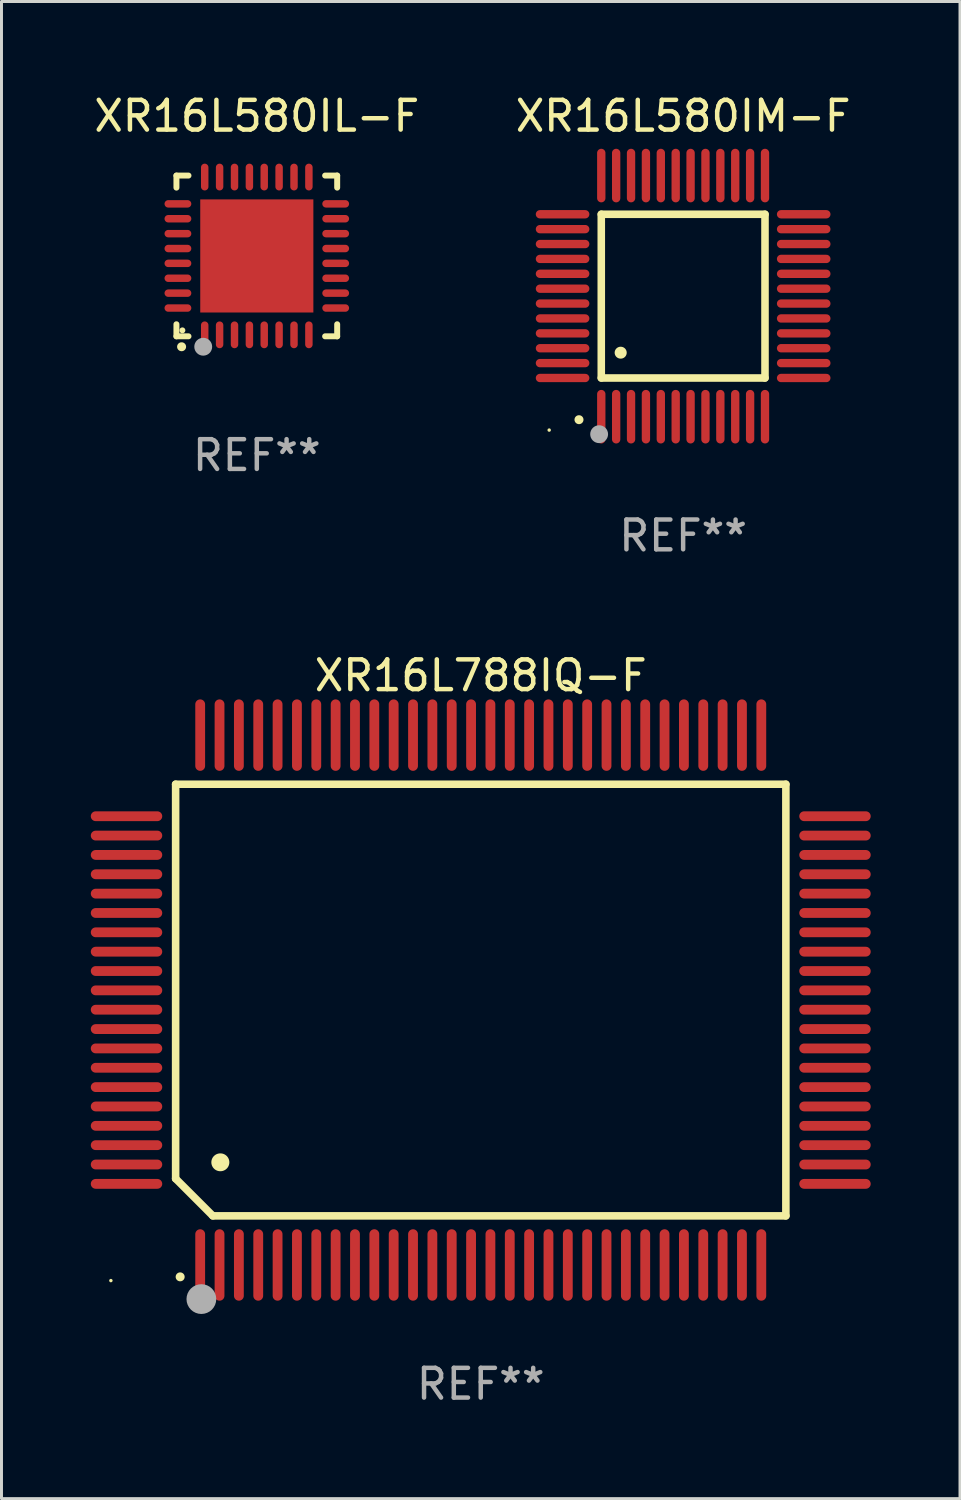
<source format=kicad_pcb>
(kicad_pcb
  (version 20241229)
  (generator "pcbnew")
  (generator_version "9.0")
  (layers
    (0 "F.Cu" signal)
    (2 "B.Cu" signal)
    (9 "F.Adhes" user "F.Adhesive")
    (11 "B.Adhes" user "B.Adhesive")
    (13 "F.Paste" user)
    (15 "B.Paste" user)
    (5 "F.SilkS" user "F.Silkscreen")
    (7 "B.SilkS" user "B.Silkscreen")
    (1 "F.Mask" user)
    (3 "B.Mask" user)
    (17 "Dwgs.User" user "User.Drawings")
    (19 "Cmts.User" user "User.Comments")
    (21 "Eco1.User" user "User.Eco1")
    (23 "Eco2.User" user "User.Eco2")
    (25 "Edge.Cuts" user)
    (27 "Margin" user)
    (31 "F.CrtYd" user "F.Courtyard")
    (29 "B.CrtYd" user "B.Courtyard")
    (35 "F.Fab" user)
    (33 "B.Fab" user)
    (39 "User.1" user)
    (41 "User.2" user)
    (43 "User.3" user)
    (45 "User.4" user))
  (footprint "XR16L580IL-F"
    (layer "F.Cu")
    (at 5.577 5.548)
    (property "Reference" "XR16L580IL-F" (at 0 -4.7 0) (layer "F.SilkS") (effects (font (size 1 1) (thickness 0.15))))
    (attr through_hole)
    (fp_line (start -2.7 -2.7) (end -2.295 -2.7) (stroke (width 0.2) (type solid)) (layer "F.SilkS"))
    (fp_line (start -2.7 -2.295) (end -2.7 -2.7) (stroke (width 0.2) (type solid)) (layer "F.SilkS"))
    (fp_line (start -2.7 2.7) (end -2.7 2.295) (stroke (width 0.2) (type solid)) (layer "F.SilkS"))
    (fp_line (start -2.295 2.7) (end -2.7 2.7) (stroke (width 0.2) (type solid)) (layer "F.SilkS"))
    (fp_line (start 2.295 2.7) (end 2.7 2.7) (stroke (width 0.2) (type solid)) (layer "F.SilkS"))
    (fp_line (start 2.7 -2.7) (end 2.295 -2.7) (stroke (width 0.2) (type solid)) (layer "F.SilkS"))
    (fp_line (start 2.7 -2.295) (end 2.7 -2.7) (stroke (width 0.2) (type solid)) (layer "F.SilkS"))
    (fp_line (start 2.7 2.7) (end 2.7 2.295) (stroke (width 0.2) (type solid)) (layer "F.SilkS"))
    (fp_arc (start -2.527889 3.050546) (mid -2.526619 3.050541) (end -2.525349 3.050546) (stroke (width 0.3) (type solid)) (layer "F.SilkS"))
    (fp_circle (center -2.5 2.5) (end -2.45 2.5) (stroke (width 0.1) (type solid)) (fill no) (layer "F.SilkS"))
    (fp_circle (center -1.8 3.05) (end -1.65 3.05) (stroke (width 0.3) (type solid)) (fill no) (layer "F.Fab"))
    (fp_text user "REF**" (at 0 6.7 0) (layer "F.Fab") (effects (font (size 1 1) (thickness 0.15))))
    (pad "1" smd oval (at -1.75 2.65) (size 0.25 0.9) (layers "F.Cu" "F.Mask" "F.Paste"))
    (pad "2" smd oval (at -1.25 2.65) (size 0.25 0.9) (layers "F.Cu" "F.Mask" "F.Paste"))
    (pad "3" smd oval (at -0.749 2.65) (size 0.25 0.9) (layers "F.Cu" "F.Mask" "F.Paste"))
    (pad "4" smd oval (at -0.249 2.65) (size 0.25 0.9) (layers "F.Cu" "F.Mask" "F.Paste"))
    (pad "5" smd oval (at 0.249 2.65) (size 0.25 0.9) (layers "F.Cu" "F.Mask" "F.Paste"))
    (pad "6" smd oval (at 0.749 2.65) (size 0.25 0.9) (layers "F.Cu" "F.Mask" "F.Paste"))
    (pad "7" smd oval (at 1.25 2.65) (size 0.25 0.9) (layers "F.Cu" "F.Mask" "F.Paste"))
    (pad "8" smd oval (at 1.75 2.65) (size 0.25 0.9) (layers "F.Cu" "F.Mask" "F.Paste"))
    (pad "9" smd oval (at 2.65 1.75) (size 0.9 0.25) (layers "F.Cu" "F.Mask" "F.Paste"))
    (pad "10" smd oval (at 2.65 1.25) (size 0.9 0.25) (layers "F.Cu" "F.Mask" "F.Paste"))
    (pad "11" smd oval (at 2.65 0.749) (size 0.9 0.25) (layers "F.Cu" "F.Mask" "F.Paste"))
    (pad "12" smd oval (at 2.65 0.249) (size 0.9 0.25) (layers "F.Cu" "F.Mask" "F.Paste"))
    (pad "13" smd oval (at 2.65 -0.249) (size 0.9 0.25) (layers "F.Cu" "F.Mask" "F.Paste"))
    (pad "14" smd oval (at 2.65 -0.749) (size 0.9 0.25) (layers "F.Cu" "F.Mask" "F.Paste"))
    (pad "15" smd oval (at 2.65 -1.25) (size 0.9 0.25) (layers "F.Cu" "F.Mask" "F.Paste"))
    (pad "16" smd oval (at 2.65 -1.75) (size 0.9 0.25) (layers "F.Cu" "F.Mask" "F.Paste"))
    (pad "17" smd oval (at 1.75 -2.65) (size 0.25 0.9) (layers "F.Cu" "F.Mask" "F.Paste"))
    (pad "18" smd oval (at 1.25 -2.65) (size 0.25 0.9) (layers "F.Cu" "F.Mask" "F.Paste"))
    (pad "19" smd oval (at 0.749 -2.65) (size 0.25 0.9) (layers "F.Cu" "F.Mask" "F.Paste"))
    (pad "20" smd oval (at 0.249 -2.65) (size 0.25 0.9) (layers "F.Cu" "F.Mask" "F.Paste"))
    (pad "21" smd oval (at -0.249 -2.65) (size 0.25 0.9) (layers "F.Cu" "F.Mask" "F.Paste"))
    (pad "22" smd oval (at -0.749 -2.65) (size 0.25 0.9) (layers "F.Cu" "F.Mask" "F.Paste"))
    (pad "23" smd oval (at -1.25 -2.65) (size 0.25 0.9) (layers "F.Cu" "F.Mask" "F.Paste"))
    (pad "24" smd oval (at -1.75 -2.65) (size 0.25 0.9) (layers "F.Cu" "F.Mask" "F.Paste"))
    (pad "25" smd oval (at -2.65 -1.75) (size 0.9 0.25) (layers "F.Cu" "F.Mask" "F.Paste"))
    (pad "26" smd oval (at -2.65 -1.25) (size 0.9 0.25) (layers "F.Cu" "F.Mask" "F.Paste"))
    (pad "27" smd oval (at -2.65 -0.749) (size 0.9 0.25) (layers "F.Cu" "F.Mask" "F.Paste"))
    (pad "28" smd oval (at -2.65 -0.249) (size 0.9 0.25) (layers "F.Cu" "F.Mask" "F.Paste"))
    (pad "29" smd oval (at -2.65 0.249) (size 0.9 0.25) (layers "F.Cu" "F.Mask" "F.Paste"))
    (pad "30" smd oval (at -2.65 0.749) (size 0.9 0.25) (layers "F.Cu" "F.Mask" "F.Paste"))
    (pad "31" smd oval (at -2.65 1.25) (size 0.9 0.25) (layers "F.Cu" "F.Mask" "F.Paste"))
    (pad "32" smd oval (at -2.65 1.75) (size 0.9 0.25) (layers "F.Cu" "F.Mask" "F.Paste"))
    (pad "33" smd rect (at 0.000076 0.000076) (size 3.8 3.8) (layers "F.Cu" "F.Mask" "F.Paste")))
  (footprint "XR16L580IM-F"
    (layer "F.Cu")
    (at 19.899 6.898)
    (property "Reference" "XR16L580IM-F" (at 0 -6.05 0) (layer "F.SilkS") (effects (font (size 1 1) (thickness 0.15))))
    (attr through_hole)
    (fp_line (start -2.75 -2.75) (end 2.75 -2.75) (stroke (width 0.254) (type solid)) (layer "F.SilkS"))
    (fp_line (start -2.75 2.75) (end -2.75 -2.75) (stroke (width 0.254) (type solid)) (layer "F.SilkS"))
    (fp_line (start 2.75 -2.75) (end 2.75 2.75) (stroke (width 0.254) (type solid)) (layer "F.SilkS"))
    (fp_line (start 2.75 2.75) (end -2.75 2.75) (stroke (width 0.254) (type solid)) (layer "F.SilkS"))
    (fp_arc (start -3.500127 4.150368) (mid -3.498857 4.150363) (end -3.497587 4.150368) (stroke (width 0.3) (type solid)) (layer "F.SilkS"))
    (fp_arc (start -2.100584 1.899924) (mid -2.098044 1.899908) (end -2.095504 1.899924) (stroke (width 0.4) (type solid)) (layer "F.SilkS"))
    (fp_circle (center -4.5 4.5) (end -4.47 4.5) (stroke (width 0.06) (type solid)) (fill no) (layer "F.SilkS"))
    (fp_circle (center -2.822 4.638) (end -2.672 4.638) (stroke (width 0.3) (type solid)) (fill no) (layer "F.Fab"))
    (fp_text user "REF**" (at 0 8.05 0) (layer "F.Fab") (effects (font (size 1 1) (thickness 0.15))))
    (pad "1" smd oval (at -2.75 4.05) (size 0.28 1.8) (layers "F.Cu" "F.Mask" "F.Paste"))
    (pad "2" smd oval (at -2.25 4.05) (size 0.28 1.8) (layers "F.Cu" "F.Mask" "F.Paste"))
    (pad "3" smd oval (at -1.75 4.05) (size 0.28 1.8) (layers "F.Cu" "F.Mask" "F.Paste"))
    (pad "4" smd oval (at -1.25 4.05) (size 0.28 1.8) (layers "F.Cu" "F.Mask" "F.Paste"))
    (pad "5" smd oval (at -0.75 4.05) (size 0.28 1.8) (layers "F.Cu" "F.Mask" "F.Paste"))
    (pad "6" smd oval (at -0.25 4.05) (size 0.28 1.8) (layers "F.Cu" "F.Mask" "F.Paste"))
    (pad "7" smd oval (at 0.25 4.05) (size 0.28 1.8) (layers "F.Cu" "F.Mask" "F.Paste"))
    (pad "8" smd oval (at 0.75 4.05) (size 0.28 1.8) (layers "F.Cu" "F.Mask" "F.Paste"))
    (pad "9" smd oval (at 1.25 4.05) (size 0.28 1.8) (layers "F.Cu" "F.Mask" "F.Paste"))
    (pad "10" smd oval (at 1.75 4.05) (size 0.28 1.8) (layers "F.Cu" "F.Mask" "F.Paste"))
    (pad "11" smd oval (at 2.25 4.05) (size 0.28 1.8) (layers "F.Cu" "F.Mask" "F.Paste"))
    (pad "12" smd oval (at 2.75 4.05) (size 0.28 1.8) (layers "F.Cu" "F.Mask" "F.Paste"))
    (pad "13" smd oval (at 4.05 2.75) (size 1.8 0.28) (layers "F.Cu" "F.Mask" "F.Paste"))
    (pad "14" smd oval (at 4.05 2.25) (size 1.8 0.28) (layers "F.Cu" "F.Mask" "F.Paste"))
    (pad "15" smd oval (at 4.05 1.75) (size 1.8 0.28) (layers "F.Cu" "F.Mask" "F.Paste"))
    (pad "16" smd oval (at 4.05 1.25) (size 1.8 0.28) (layers "F.Cu" "F.Mask" "F.Paste"))
    (pad "17" smd oval (at 4.05 0.75) (size 1.8 0.28) (layers "F.Cu" "F.Mask" "F.Paste"))
    (pad "18" smd oval (at 4.05 0.25) (size 1.8 0.28) (layers "F.Cu" "F.Mask" "F.Paste"))
    (pad "19" smd oval (at 4.05 -0.25) (size 1.8 0.28) (layers "F.Cu" "F.Mask" "F.Paste"))
    (pad "20" smd oval (at 4.05 -0.75) (size 1.8 0.28) (layers "F.Cu" "F.Mask" "F.Paste"))
    (pad "21" smd oval (at 4.05 -1.25) (size 1.8 0.28) (layers "F.Cu" "F.Mask" "F.Paste"))
    (pad "22" smd oval (at 4.05 -1.75) (size 1.8 0.28) (layers "F.Cu" "F.Mask" "F.Paste"))
    (pad "23" smd oval (at 4.05 -2.25) (size 1.8 0.28) (layers "F.Cu" "F.Mask" "F.Paste"))
    (pad "24" smd oval (at 4.05 -2.75) (size 1.8 0.28) (layers "F.Cu" "F.Mask" "F.Paste"))
    (pad "25" smd oval (at 2.75 -4.05) (size 0.28 1.8) (layers "F.Cu" "F.Mask" "F.Paste"))
    (pad "26" smd oval (at 2.25 -4.05) (size 0.28 1.8) (layers "F.Cu" "F.Mask" "F.Paste"))
    (pad "27" smd oval (at 1.75 -4.05) (size 0.28 1.8) (layers "F.Cu" "F.Mask" "F.Paste"))
    (pad "28" smd oval (at 1.25 -4.05) (size 0.28 1.8) (layers "F.Cu" "F.Mask" "F.Paste"))
    (pad "29" smd oval (at 0.75 -4.05) (size 0.28 1.8) (layers "F.Cu" "F.Mask" "F.Paste"))
    (pad "30" smd oval (at 0.25 -4.05) (size 0.28 1.8) (layers "F.Cu" "F.Mask" "F.Paste"))
    (pad "31" smd oval (at -0.25 -4.05) (size 0.28 1.8) (layers "F.Cu" "F.Mask" "F.Paste"))
    (pad "32" smd oval (at -0.75 -4.05) (size 0.28 1.8) (layers "F.Cu" "F.Mask" "F.Paste"))
    (pad "33" smd oval (at -1.25 -4.05) (size 0.28 1.8) (layers "F.Cu" "F.Mask" "F.Paste"))
    (pad "34" smd oval (at -1.75 -4.05) (size 0.28 1.8) (layers "F.Cu" "F.Mask" "F.Paste"))
    (pad "35" smd oval (at -2.25 -4.05) (size 0.28 1.8) (layers "F.Cu" "F.Mask" "F.Paste"))
    (pad "36" smd oval (at -2.75 -4.05) (size 0.28 1.8) (layers "F.Cu" "F.Mask" "F.Paste"))
    (pad "37" smd oval (at -4.05 -2.75) (size 1.8 0.28) (layers "F.Cu" "F.Mask" "F.Paste"))
    (pad "38" smd oval (at -4.05 -2.25) (size 1.8 0.28) (layers "F.Cu" "F.Mask" "F.Paste"))
    (pad "39" smd oval (at -4.05 -1.75) (size 1.8 0.28) (layers "F.Cu" "F.Mask" "F.Paste"))
    (pad "40" smd oval (at -4.05 -1.25) (size 1.8 0.28) (layers "F.Cu" "F.Mask" "F.Paste"))
    (pad "41" smd oval (at -4.05 -0.75) (size 1.8 0.28) (layers "F.Cu" "F.Mask" "F.Paste"))
    (pad "42" smd oval (at -4.05 -0.25) (size 1.8 0.28) (layers "F.Cu" "F.Mask" "F.Paste"))
    (pad "43" smd oval (at -4.05 0.25) (size 1.8 0.28) (layers "F.Cu" "F.Mask" "F.Paste"))
    (pad "44" smd oval (at -4.05 0.75) (size 1.8 0.28) (layers "F.Cu" "F.Mask" "F.Paste"))
    (pad "45" smd oval (at -4.05 1.25) (size 1.8 0.28) (layers "F.Cu" "F.Mask" "F.Paste"))
    (pad "46" smd oval (at -4.05 1.75) (size 1.8 0.28) (layers "F.Cu" "F.Mask" "F.Paste"))
    (pad "47" smd oval (at -4.05 2.25) (size 1.8 0.28) (layers "F.Cu" "F.Mask" "F.Paste"))
    (pad "48" smd oval (at -4.05 2.75) (size 1.8 0.28) (layers "F.Cu" "F.Mask" "F.Paste")))
  (footprint "XR16L788IQ-F"
    (layer "F.Cu")
    (at 13.1 30.545)
    (property "Reference" "XR16L788IQ-F" (at 0 -10.9 0) (layer "F.SilkS") (effects (font (size 1 1) (thickness 0.15))))
    (attr through_hole)
    (fp_line (start -10.25 -7.25) (end 10.25 -7.25) (stroke (width 0.254) (type solid)) (layer "F.SilkS"))
    (fp_line (start -10.25 6) (end -10.25 -7.25) (stroke (width 0.254) (type solid)) (layer "F.SilkS"))
    (fp_line (start -9 7.25) (end -10.25 6) (stroke (width 0.254) (type solid)) (layer "F.SilkS"))
    (fp_line (start 10.25 -7.25) (end 10.25 7.25) (stroke (width 0.254) (type solid)) (layer "F.SilkS"))
    (fp_line (start 10.25 7.25) (end -9 7.25) (stroke (width 0.254) (type solid)) (layer "F.SilkS"))
    (fp_arc (start -10.09906 9.298959) (mid -10.09779 9.298954) (end -10.09652 9.298959) (stroke (width 0.3) (type solid)) (layer "F.SilkS"))
    (fp_arc (start -8.750318 5.450851) (mid -8.747778 5.45084) (end -8.745238 5.450851) (stroke (width 0.6) (type solid)) (layer "F.SilkS"))
    (fp_circle (center -12.425 9.425) (end -12.395 9.425) (stroke (width 0.06) (type solid)) (fill no) (layer "F.SilkS"))
    (fp_circle (center -9.385 10.046) (end -9.135 10.046) (stroke (width 0.5) (type solid)) (fill no) (layer "F.Fab"))
    (fp_text user "REF**" (at 0 12.9 0) (layer "F.Fab") (effects (font (size 1 1) (thickness 0.15))))
    (pad "1" smd oval (at -9.425 8.9 180) (size 0.33 2.4) (layers "F.Cu" "F.Mask" "F.Paste"))
    (pad "2" smd oval (at -8.775 8.9 180) (size 0.33 2.4) (layers "F.Cu" "F.Mask" "F.Paste"))
    (pad "3" smd oval (at -8.125 8.9 180) (size 0.33 2.4) (layers "F.Cu" "F.Mask" "F.Paste"))
    (pad "4" smd oval (at -7.475 8.9 180) (size 0.33 2.4) (layers "F.Cu" "F.Mask" "F.Paste"))
    (pad "5" smd oval (at -6.825 8.9 180) (size 0.33 2.4) (layers "F.Cu" "F.Mask" "F.Paste"))
    (pad "6" smd oval (at -6.175 8.9 180) (size 0.33 2.4) (layers "F.Cu" "F.Mask" "F.Paste"))
    (pad "7" smd oval (at -5.525 8.9 180) (size 0.33 2.4) (layers "F.Cu" "F.Mask" "F.Paste"))
    (pad "8" smd oval (at -4.875 8.9 180) (size 0.33 2.4) (layers "F.Cu" "F.Mask" "F.Paste"))
    (pad "9" smd oval (at -4.225 8.9 180) (size 0.33 2.4) (layers "F.Cu" "F.Mask" "F.Paste"))
    (pad "10" smd oval (at -3.575 8.9 180) (size 0.33 2.4) (layers "F.Cu" "F.Mask" "F.Paste"))
    (pad "11" smd oval (at -2.925 8.9 180) (size 0.33 2.4) (layers "F.Cu" "F.Mask" "F.Paste"))
    (pad "12" smd oval (at -2.275 8.9 180) (size 0.33 2.4) (layers "F.Cu" "F.Mask" "F.Paste"))
    (pad "13" smd oval (at -1.625 8.9 180) (size 0.33 2.4) (layers "F.Cu" "F.Mask" "F.Paste"))
    (pad "14" smd oval (at -0.975 8.9 180) (size 0.33 2.4) (layers "F.Cu" "F.Mask" "F.Paste"))
    (pad "15" smd oval (at -0.325 8.9 180) (size 0.33 2.4) (layers "F.Cu" "F.Mask" "F.Paste"))
    (pad "16" smd oval (at 0.325 8.9 180) (size 0.33 2.4) (layers "F.Cu" "F.Mask" "F.Paste"))
    (pad "17" smd oval (at 0.975 8.9 180) (size 0.33 2.4) (layers "F.Cu" "F.Mask" "F.Paste"))
    (pad "18" smd oval (at 1.625 8.9 180) (size 0.33 2.4) (layers "F.Cu" "F.Mask" "F.Paste"))
    (pad "19" smd oval (at 2.275 8.9 180) (size 0.33 2.4) (layers "F.Cu" "F.Mask" "F.Paste"))
    (pad "20" smd oval (at 2.925 8.9 180) (size 0.33 2.4) (layers "F.Cu" "F.Mask" "F.Paste"))
    (pad "21" smd oval (at 3.575 8.9 180) (size 0.33 2.4) (layers "F.Cu" "F.Mask" "F.Paste"))
    (pad "22" smd oval (at 4.225 8.9 180) (size 0.33 2.4) (layers "F.Cu" "F.Mask" "F.Paste"))
    (pad "23" smd oval (at 4.875 8.9 180) (size 0.33 2.4) (layers "F.Cu" "F.Mask" "F.Paste"))
    (pad "24" smd oval (at 5.525 8.9 180) (size 0.33 2.4) (layers "F.Cu" "F.Mask" "F.Paste"))
    (pad "25" smd oval (at 6.175 8.9 180) (size 0.33 2.4) (layers "F.Cu" "F.Mask" "F.Paste"))
    (pad "26" smd oval (at 6.825 8.9 180) (size 0.33 2.4) (layers "F.Cu" "F.Mask" "F.Paste"))
    (pad "27" smd oval (at 7.475 8.9 180) (size 0.33 2.4) (layers "F.Cu" "F.Mask" "F.Paste"))
    (pad "28" smd oval (at 8.125 8.9 180) (size 0.33 2.4) (layers "F.Cu" "F.Mask" "F.Paste"))
    (pad "29" smd oval (at 8.775 8.9 180) (size 0.33 2.4) (layers "F.Cu" "F.Mask" "F.Paste"))
    (pad "30" smd oval (at 9.425 8.9 180) (size 0.33 2.4) (layers "F.Cu" "F.Mask" "F.Paste"))
    (pad "31" smd oval (at 11.9 6.175 270) (size 0.33 2.4) (layers "F.Cu" "F.Mask" "F.Paste"))
    (pad "32" smd oval (at 11.9 5.525 270) (size 0.33 2.4) (layers "F.Cu" "F.Mask" "F.Paste"))
    (pad "33" smd oval (at 11.9 4.875 270) (size 0.33 2.4) (layers "F.Cu" "F.Mask" "F.Paste"))
    (pad "34" smd oval (at 11.9 4.225 270) (size 0.33 2.4) (layers "F.Cu" "F.Mask" "F.Paste"))
    (pad "35" smd oval (at 11.9 3.575 270) (size 0.33 2.4) (layers "F.Cu" "F.Mask" "F.Paste"))
    (pad "36" smd oval (at 11.9 2.925 270) (size 0.33 2.4) (layers "F.Cu" "F.Mask" "F.Paste"))
    (pad "37" smd oval (at 11.9 2.275 270) (size 0.33 2.4) (layers "F.Cu" "F.Mask" "F.Paste"))
    (pad "38" smd oval (at 11.9 1.625 270) (size 0.33 2.4) (layers "F.Cu" "F.Mask" "F.Paste"))
    (pad "39" smd oval (at 11.9 0.975 270) (size 0.33 2.4) (layers "F.Cu" "F.Mask" "F.Paste"))
    (pad "40" smd oval (at 11.9 0.325 270) (size 0.33 2.4) (layers "F.Cu" "F.Mask" "F.Paste"))
    (pad "41" smd oval (at 11.9 -0.325 270) (size 0.33 2.4) (layers "F.Cu" "F.Mask" "F.Paste"))
    (pad "42" smd oval (at 11.9 -0.975 270) (size 0.33 2.4) (layers "F.Cu" "F.Mask" "F.Paste"))
    (pad "43" smd oval (at 11.9 -1.625 270) (size 0.33 2.4) (layers "F.Cu" "F.Mask" "F.Paste"))
    (pad "44" smd oval (at 11.9 -2.275 270) (size 0.33 2.4) (layers "F.Cu" "F.Mask" "F.Paste"))
    (pad "45" smd oval (at 11.9 -2.925 270) (size 0.33 2.4) (layers "F.Cu" "F.Mask" "F.Paste"))
    (pad "46" smd oval (at 11.9 -3.575 270) (size 0.33 2.4) (layers "F.Cu" "F.Mask" "F.Paste"))
    (pad "47" smd oval (at 11.9 -4.225 270) (size 0.33 2.4) (layers "F.Cu" "F.Mask" "F.Paste"))
    (pad "48" smd oval (at 11.9 -4.875 270) (size 0.33 2.4) (layers "F.Cu" "F.Mask" "F.Paste"))
    (pad "49" smd oval (at 11.9 -5.525 270) (size 0.33 2.4) (layers "F.Cu" "F.Mask" "F.Paste"))
    (pad "50" smd oval (at 11.9 -6.175 270) (size 0.33 2.4) (layers "F.Cu" "F.Mask" "F.Paste"))
    (pad "51" smd oval (at 9.425 -8.9) (size 0.33 2.4) (layers "F.Cu" "F.Mask" "F.Paste"))
    (pad "52" smd oval (at 8.775 -8.9) (size 0.33 2.4) (layers "F.Cu" "F.Mask" "F.Paste"))
    (pad "53" smd oval (at 8.125 -8.9) (size 0.33 2.4) (layers "F.Cu" "F.Mask" "F.Paste"))
    (pad "54" smd oval (at 7.475 -8.9) (size 0.33 2.4) (layers "F.Cu" "F.Mask" "F.Paste"))
    (pad "55" smd oval (at 6.825 -8.9) (size 0.33 2.4) (layers "F.Cu" "F.Mask" "F.Paste"))
    (pad "56" smd oval (at 6.175 -8.9) (size 0.33 2.4) (layers "F.Cu" "F.Mask" "F.Paste"))
    (pad "57" smd oval (at 5.525 -8.9) (size 0.33 2.4) (layers "F.Cu" "F.Mask" "F.Paste"))
    (pad "58" smd oval (at 4.875 -8.9) (size 0.33 2.4) (layers "F.Cu" "F.Mask" "F.Paste"))
    (pad "59" smd oval (at 4.225 -8.9) (size 0.33 2.4) (layers "F.Cu" "F.Mask" "F.Paste"))
    (pad "60" smd oval (at 3.575 -8.9) (size 0.33 2.4) (layers "F.Cu" "F.Mask" "F.Paste"))
    (pad "61" smd oval (at 2.925 -8.9) (size 0.33 2.4) (layers "F.Cu" "F.Mask" "F.Paste"))
    (pad "62" smd oval (at 2.275 -8.9) (size 0.33 2.4) (layers "F.Cu" "F.Mask" "F.Paste"))
    (pad "63" smd oval (at 1.625 -8.9) (size 0.33 2.4) (layers "F.Cu" "F.Mask" "F.Paste"))
    (pad "64" smd oval (at 0.975 -8.9) (size 0.33 2.4) (layers "F.Cu" "F.Mask" "F.Paste"))
    (pad "65" smd oval (at 0.325 -8.9) (size 0.33 2.4) (layers "F.Cu" "F.Mask" "F.Paste"))
    (pad "66" smd oval (at -0.325 -8.9) (size 0.33 2.4) (layers "F.Cu" "F.Mask" "F.Paste"))
    (pad "67" smd oval (at -0.975 -8.9) (size 0.33 2.4) (layers "F.Cu" "F.Mask" "F.Paste"))
    (pad "68" smd oval (at -1.625 -8.9) (size 0.33 2.4) (layers "F.Cu" "F.Mask" "F.Paste"))
    (pad "69" smd oval (at -2.275 -8.9) (size 0.33 2.4) (layers "F.Cu" "F.Mask" "F.Paste"))
    (pad "70" smd oval (at -2.925 -8.9) (size 0.33 2.4) (layers "F.Cu" "F.Mask" "F.Paste"))
    (pad "71" smd oval (at -3.575 -8.9) (size 0.33 2.4) (layers "F.Cu" "F.Mask" "F.Paste"))
    (pad "72" smd oval (at -4.225 -8.9) (size 0.33 2.4) (layers "F.Cu" "F.Mask" "F.Paste"))
    (pad "73" smd oval (at -4.875 -8.9) (size 0.33 2.4) (layers "F.Cu" "F.Mask" "F.Paste"))
    (pad "74" smd oval (at -5.525 -8.9) (size 0.33 2.4) (layers "F.Cu" "F.Mask" "F.Paste"))
    (pad "75" smd oval (at -6.175 -8.9) (size 0.33 2.4) (layers "F.Cu" "F.Mask" "F.Paste"))
    (pad "76" smd oval (at -6.825 -8.9) (size 0.33 2.4) (layers "F.Cu" "F.Mask" "F.Paste"))
    (pad "77" smd oval (at -7.475 -8.9) (size 0.33 2.4) (layers "F.Cu" "F.Mask" "F.Paste"))
    (pad "78" smd oval (at -8.125 -8.9) (size 0.33 2.4) (layers "F.Cu" "F.Mask" "F.Paste"))
    (pad "79" smd oval (at -8.775 -8.9) (size 0.33 2.4) (layers "F.Cu" "F.Mask" "F.Paste"))
    (pad "80" smd oval (at -9.425 -8.9) (size 0.33 2.4) (layers "F.Cu" "F.Mask" "F.Paste"))
    (pad "81" smd oval (at -11.9 -6.175 90) (size 0.33 2.4) (layers "F.Cu" "F.Mask" "F.Paste"))
    (pad "82" smd oval (at -11.9 -5.525 90) (size 0.33 2.4) (layers "F.Cu" "F.Mask" "F.Paste"))
    (pad "83" smd oval (at -11.9 -4.875 90) (size 0.33 2.4) (layers "F.Cu" "F.Mask" "F.Paste"))
    (pad "84" smd oval (at -11.9 -4.225 90) (size 0.33 2.4) (layers "F.Cu" "F.Mask" "F.Paste"))
    (pad "85" smd oval (at -11.9 -3.575 90) (size 0.33 2.4) (layers "F.Cu" "F.Mask" "F.Paste"))
    (pad "86" smd oval (at -11.9 -2.925 90) (size 0.33 2.4) (layers "F.Cu" "F.Mask" "F.Paste"))
    (pad "87" smd oval (at -11.9 -2.275 90) (size 0.33 2.4) (layers "F.Cu" "F.Mask" "F.Paste"))
    (pad "88" smd oval (at -11.9 -1.625 90) (size 0.33 2.4) (layers "F.Cu" "F.Mask" "F.Paste"))
    (pad "89" smd oval (at -11.9 -0.975 90) (size 0.33 2.4) (layers "F.Cu" "F.Mask" "F.Paste"))
    (pad "90" smd oval (at -11.9 -0.325 90) (size 0.33 2.4) (layers "F.Cu" "F.Mask" "F.Paste"))
    (pad "91" smd oval (at -11.9 0.325 90) (size 0.33 2.4) (layers "F.Cu" "F.Mask" "F.Paste"))
    (pad "92" smd oval (at -11.9 0.975 90) (size 0.33 2.4) (layers "F.Cu" "F.Mask" "F.Paste"))
    (pad "93" smd oval (at -11.9 1.625 90) (size 0.33 2.4) (layers "F.Cu" "F.Mask" "F.Paste"))
    (pad "94" smd oval (at -11.9 2.275 90) (size 0.33 2.4) (layers "F.Cu" "F.Mask" "F.Paste"))
    (pad "95" smd oval (at -11.9 2.925 90) (size 0.33 2.4) (layers "F.Cu" "F.Mask" "F.Paste"))
    (pad "96" smd oval (at -11.9 3.575 90) (size 0.33 2.4) (layers "F.Cu" "F.Mask" "F.Paste"))
    (pad "97" smd oval (at -11.9 4.225 90) (size 0.33 2.4) (layers "F.Cu" "F.Mask" "F.Paste"))
    (pad "98" smd oval (at -11.9 4.875 90) (size 0.33 2.4) (layers "F.Cu" "F.Mask" "F.Paste"))
    (pad "99" smd oval (at -11.9 5.525 90) (size 0.33 2.4) (layers "F.Cu" "F.Mask" "F.Paste"))
    (pad "100" smd oval (at -11.9 6.175 90) (size 0.33 2.4) (layers "F.Cu" "F.Mask" "F.Paste")))
  (gr_rect
    (start -3 -3)
    (end 29.2 47.293)
    (stroke (width 0.1) (type default))
    (fill no)
    (layer "Edge.Cuts")))
</source>
